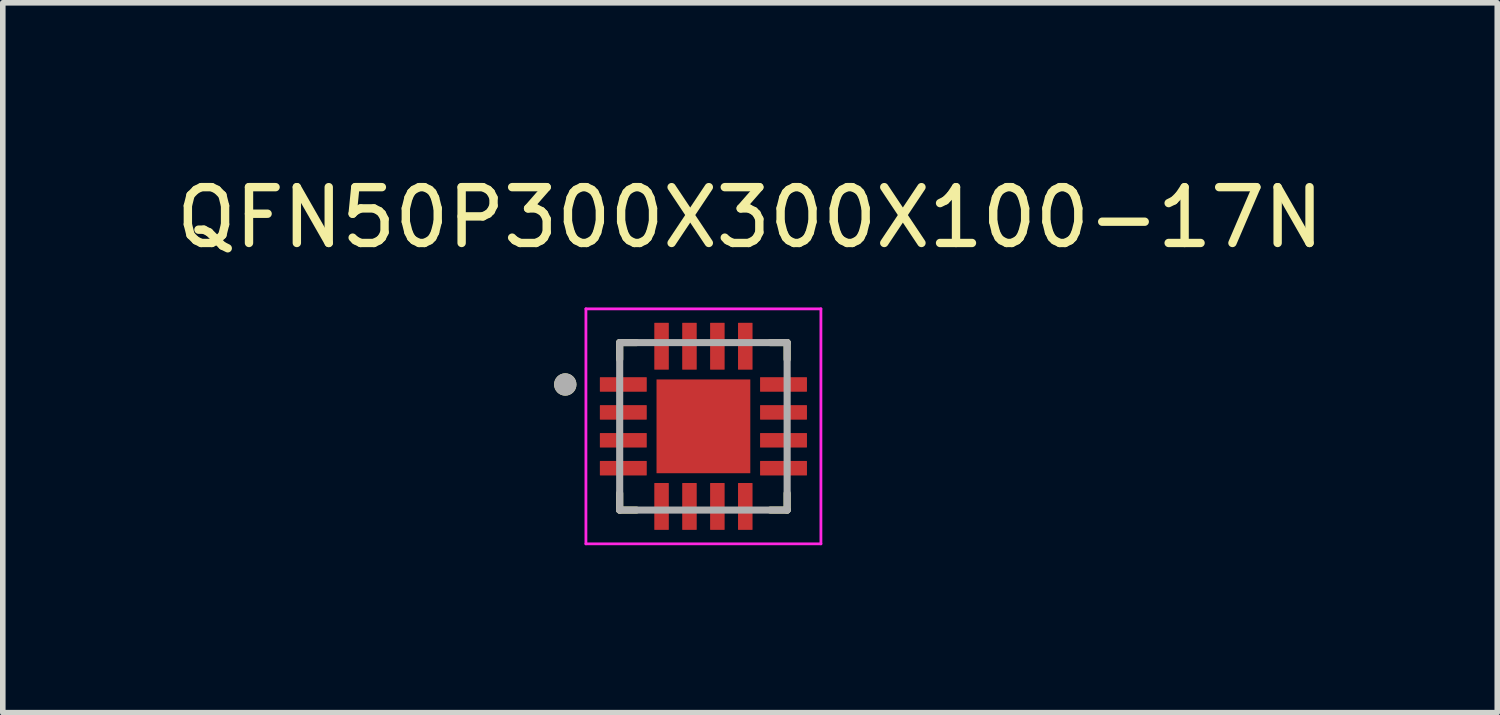
<source format=kicad_pcb>
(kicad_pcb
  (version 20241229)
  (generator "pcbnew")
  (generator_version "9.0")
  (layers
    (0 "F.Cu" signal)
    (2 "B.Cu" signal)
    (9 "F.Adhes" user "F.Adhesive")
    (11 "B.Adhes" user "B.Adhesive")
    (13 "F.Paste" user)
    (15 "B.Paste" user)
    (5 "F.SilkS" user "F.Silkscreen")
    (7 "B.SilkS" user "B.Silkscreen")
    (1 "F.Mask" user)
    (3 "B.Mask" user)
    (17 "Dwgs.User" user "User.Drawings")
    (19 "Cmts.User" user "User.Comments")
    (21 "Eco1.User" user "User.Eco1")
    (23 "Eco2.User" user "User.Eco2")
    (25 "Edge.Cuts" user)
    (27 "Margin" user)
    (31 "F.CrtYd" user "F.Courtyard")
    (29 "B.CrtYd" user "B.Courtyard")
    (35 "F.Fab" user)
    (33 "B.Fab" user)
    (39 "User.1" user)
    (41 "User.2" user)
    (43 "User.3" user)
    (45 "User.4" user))
  (footprint "QFN50P300X300X100-17N"
    (layer "F.Cu")
    (at 9.552 4.588)
    (property "Reference" "QFN50P300X300X100-17N" (at 0.835 -3.74 0) (layer "F.SilkS") (effects (font (size 1 1) (thickness 0.15))))
    (attr smd)
    (fp_line (start -1.5 -1.5) (end -1.5 -1.2) (stroke (width 0.127) (type solid)) (layer "F.SilkS"))
    (fp_line (start -1.5 -1.5) (end -1.2 -1.5) (stroke (width 0.127) (type solid)) (layer "F.SilkS"))
    (fp_line (start -1.5 1.5) (end -1.5 1.2) (stroke (width 0.127) (type solid)) (layer "F.SilkS"))
    (fp_line (start -1.5 1.5) (end -1.2 1.5) (stroke (width 0.127) (type solid)) (layer "F.SilkS"))
    (fp_line (start 1.5 -1.5) (end 1.2 -1.5) (stroke (width 0.127) (type solid)) (layer "F.SilkS"))
    (fp_line (start 1.5 -1.5) (end 1.5 -1.2) (stroke (width 0.127) (type solid)) (layer "F.SilkS"))
    (fp_line (start 1.5 1.5) (end 1.2 1.5) (stroke (width 0.127) (type solid)) (layer "F.SilkS"))
    (fp_line (start 1.5 1.5) (end 1.5 1.2) (stroke (width 0.127) (type solid)) (layer "F.SilkS"))
    (fp_circle (center -2.475 -0.75) (end -2.375 -0.75) (stroke (width 0.2) (type solid)) (fill no) (layer "F.SilkS"))
    (fp_poly (pts (xy -0.53 -0.53) (xy 0.53 -0.53) (xy 0.53 0.53) (xy -0.53 0.53)) (stroke (width 0.01) (type solid)) (fill yes) (layer "F.Paste"))
    (fp_line (start -2.105 -2.105) (end 2.105 -2.105) (stroke (width 0.05) (type solid)) (layer "F.CrtYd"))
    (fp_line (start -2.105 2.105) (end -2.105 -2.105) (stroke (width 0.05) (type solid)) (layer "F.CrtYd"))
    (fp_line (start -2.105 2.105) (end 2.105 2.105) (stroke (width 0.05) (type solid)) (layer "F.CrtYd"))
    (fp_line (start 2.105 2.105) (end 2.105 -2.105) (stroke (width 0.05) (type solid)) (layer "F.CrtYd"))
    (fp_line (start -1.5 1.5) (end -1.5 -1.5) (stroke (width 0.127) (type solid)) (layer "F.Fab"))
    (fp_line (start 1.5 -1.5) (end -1.5 -1.5) (stroke (width 0.127) (type solid)) (layer "F.Fab"))
    (fp_line (start 1.5 1.5) (end -1.5 1.5) (stroke (width 0.127) (type solid)) (layer "F.Fab"))
    (fp_line (start 1.5 1.5) (end 1.5 -1.5) (stroke (width 0.127) (type solid)) (layer "F.Fab"))
    (fp_circle (center -2.475 -0.75) (end -2.375 -0.75) (stroke (width 0.2) (type solid)) (fill no) (layer "F.Fab"))
    (pad "1" smd roundrect (at -1.435 -0.75) (size 0.84 0.26) (layers "F.Cu" "F.Mask" "F.Paste") (roundrect_rratio 0.03))
    (pad "2" smd roundrect (at -1.435 -0.25) (size 0.84 0.26) (layers "F.Cu" "F.Mask" "F.Paste") (roundrect_rratio 0.03))
    (pad "3" smd roundrect (at -1.435 0.25) (size 0.84 0.26) (layers "F.Cu" "F.Mask" "F.Paste") (roundrect_rratio 0.03))
    (pad "4" smd roundrect (at -1.435 0.75) (size 0.84 0.26) (layers "F.Cu" "F.Mask" "F.Paste") (roundrect_rratio 0.03))
    (pad "5" smd roundrect (at -0.75 1.435 90) (size 0.84 0.26) (layers "F.Cu" "F.Mask" "F.Paste") (roundrect_rratio 0.03))
    (pad "6" smd roundrect (at -0.25 1.435 90) (size 0.84 0.26) (layers "F.Cu" "F.Mask" "F.Paste") (roundrect_rratio 0.03))
    (pad "7" smd roundrect (at 0.25 1.435 90) (size 0.84 0.26) (layers "F.Cu" "F.Mask" "F.Paste") (roundrect_rratio 0.03))
    (pad "8" smd roundrect (at 0.75 1.435 90) (size 0.84 0.26) (layers "F.Cu" "F.Mask" "F.Paste") (roundrect_rratio 0.03))
    (pad "9" smd roundrect (at 1.435 0.75) (size 0.84 0.26) (layers "F.Cu" "F.Mask" "F.Paste") (roundrect_rratio 0.03))
    (pad "10" smd roundrect (at 1.435 0.25) (size 0.84 0.26) (layers "F.Cu" "F.Mask" "F.Paste") (roundrect_rratio 0.03))
    (pad "11" smd roundrect (at 1.435 -0.25) (size 0.84 0.26) (layers "F.Cu" "F.Mask" "F.Paste") (roundrect_rratio 0.03))
    (pad "12" smd roundrect (at 1.435 -0.75) (size 0.84 0.26) (layers "F.Cu" "F.Mask" "F.Paste") (roundrect_rratio 0.03))
    (pad "13" smd roundrect (at 0.75 -1.435 90) (size 0.84 0.26) (layers "F.Cu" "F.Mask" "F.Paste") (roundrect_rratio 0.03))
    (pad "14" smd roundrect (at 0.25 -1.435 90) (size 0.84 0.26) (layers "F.Cu" "F.Mask" "F.Paste") (roundrect_rratio 0.03))
    (pad "15" smd roundrect (at -0.25 -1.435 90) (size 0.84 0.26) (layers "F.Cu" "F.Mask" "F.Paste") (roundrect_rratio 0.03))
    (pad "16" smd roundrect (at -0.75 -1.435 90) (size 0.84 0.26) (layers "F.Cu" "F.Mask" "F.Paste") (roundrect_rratio 0.03))
    (pad "17" smd rect (at 0 0) (size 1.68 1.68) (layers "F.Cu" "F.Mask")))
  (gr_rect
    (start -3 -3)
    (end 23.774 9.718)
    (stroke (width 0.1) (type default))
    (fill no)
    (layer "Edge.Cuts")))
</source>
